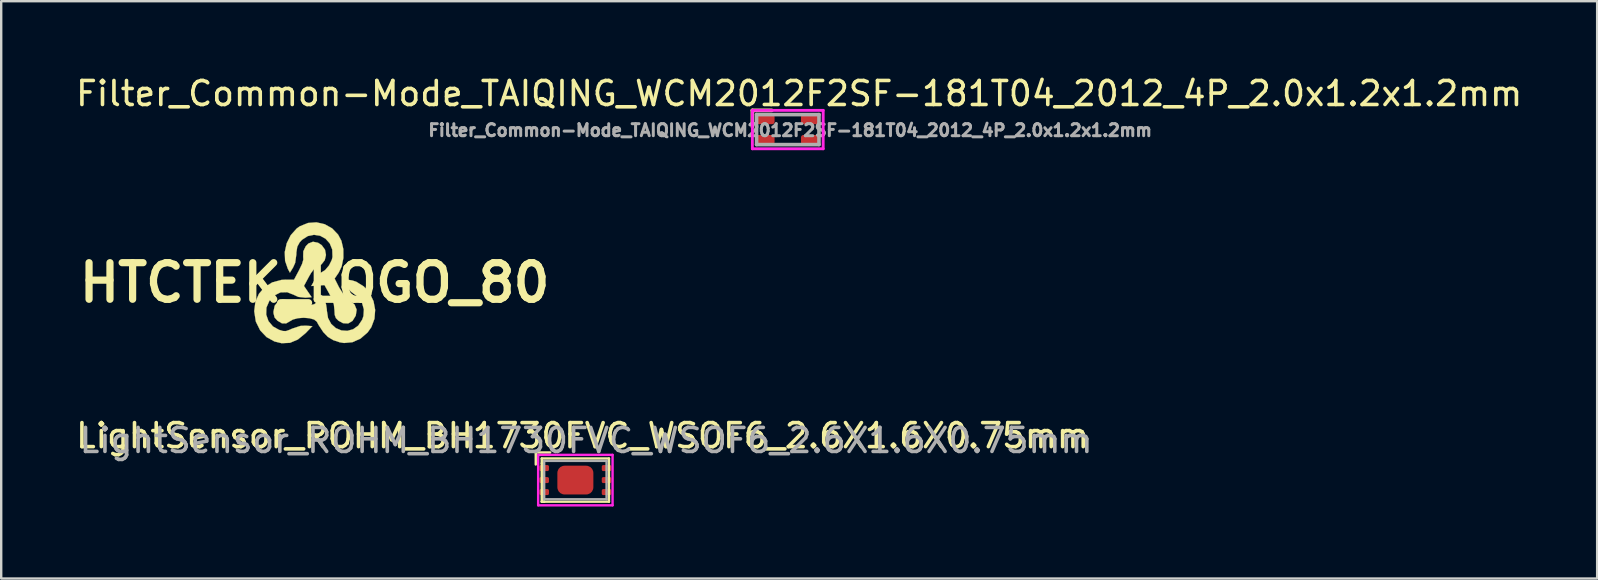
<source format=kicad_pcb>
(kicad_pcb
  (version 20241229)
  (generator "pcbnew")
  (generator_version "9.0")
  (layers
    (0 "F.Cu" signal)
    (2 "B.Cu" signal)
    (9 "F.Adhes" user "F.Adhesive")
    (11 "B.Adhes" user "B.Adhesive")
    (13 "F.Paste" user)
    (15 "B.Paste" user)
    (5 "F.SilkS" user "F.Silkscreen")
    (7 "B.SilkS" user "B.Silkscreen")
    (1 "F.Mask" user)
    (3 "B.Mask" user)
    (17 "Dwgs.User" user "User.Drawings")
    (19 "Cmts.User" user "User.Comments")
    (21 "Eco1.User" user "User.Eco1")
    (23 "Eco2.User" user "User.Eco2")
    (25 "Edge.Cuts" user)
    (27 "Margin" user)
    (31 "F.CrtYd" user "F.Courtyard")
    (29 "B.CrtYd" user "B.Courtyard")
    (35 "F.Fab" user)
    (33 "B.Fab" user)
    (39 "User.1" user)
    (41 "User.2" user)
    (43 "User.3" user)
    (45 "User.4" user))
  (footprint "Filter_Common-Mode_TAIQING_WCM2012F2SF-181T04_2012_4P_2.0x1.2x1.2mm"
    (layer "F.Cu")
    (at 29.769 2.348)
    (property "Reference" "Filter_Common-Mode_TAIQING_WCM2012F2SF-181T04_2012_4P_2.0x1.2x1.2mm" (at 0.475 -1.5 180) (layer "F.SilkS") (effects (font (size 1 1) (thickness 0.15))))
    (attr smd)
    (fp_line (start -1.475 -0.8) (end -0.665 -0.8) (stroke (width 0.15) (type solid)) (layer "F.SilkS"))
    (fp_line (start -1.475 -0.12) (end -1.475 -0.8) (stroke (width 0.15) (type solid)) (layer "F.SilkS"))
    (fp_line (start -1.475 -0.8) (end 1.475 -0.8) (stroke (width 0.12) (type solid)) (layer "F.CrtYd"))
    (fp_line (start -1.475 0.8) (end -1.475 -0.8) (stroke (width 0.12) (type solid)) (layer "F.CrtYd"))
    (fp_line (start 1.475 -0.8) (end 1.475 0.8) (stroke (width 0.12) (type solid)) (layer "F.CrtYd"))
    (fp_line (start 1.475 0.8) (end -1.475 0.8) (stroke (width 0.12) (type solid)) (layer "F.CrtYd"))
    (fp_line (start -1.3 -0.625) (end 1.3 -0.625) (stroke (width 0.15) (type solid)) (layer "F.Fab"))
    (fp_line (start -1.3 0.625) (end -1.3 -0.625) (stroke (width 0.15) (type solid)) (layer "F.Fab"))
    (fp_line (start 1.3 -0.625) (end 1.3 0.625) (stroke (width 0.15) (type solid)) (layer "F.Fab"))
    (fp_line (start 1.3 0.625) (end -1.3 0.625) (stroke (width 0.15) (type solid)) (layer "F.Fab"))
    (fp_text user "${REFERENCE}" (at 0.1 0.03 0) (layer "F.Fab") (effects (font (size 0.5 0.5) (thickness 0.125))))
    (pad "1" smd roundrect (at -0.925 -0.425) (size 0.75 0.4) (layers "F.Cu" "F.Mask" "F.Paste") (roundrect_rratio 0.25))
    (pad "2" smd roundrect (at 0.925 -0.425) (size 0.75 0.4) (layers "F.Cu" "F.Mask" "F.Paste") (roundrect_rratio 0.25))
    (pad "3" smd roundrect (at 0.925 0.425) (size 0.75 0.4) (layers "F.Cu" "F.Mask" "F.Paste") (roundrect_rratio 0.25))
    (pad "4" smd roundrect (at -0.925 0.425) (size 0.75 0.4) (layers "F.Cu" "F.Mask" "F.Paste") (roundrect_rratio 0.25)))
  (footprint "LightSensor_ROHM_BH1730FVC_WSOF6_2.6X1.6X0.75mm"
    (layer "F.Cu")
    (at 20.92 16.951)
    (property "Reference" "LightSensor_ROHM_BH1730FVC_WSOF6_2.6X1.6X0.75mm" (at 0.3 -1.85 0) (layer "F.SilkS") (effects (font (size 1 1) (thickness 0.15))))
    (attr smd)
    (fp_line (start -1.65 -1.15) (end -1.05 -1.15) (stroke (width 0.1) (type solid)) (layer "F.SilkS"))
    (fp_line (start -1.65 -0.65) (end -1.65 -1.15) (stroke (width 0.1) (type solid)) (layer "F.SilkS"))
    (fp_line (start -1.4 -0.9) (end 1.4 -0.9) (stroke (width 0.1) (type solid)) (layer "F.SilkS"))
    (fp_line (start -1.4 -0.7) (end -1.4 -0.9) (stroke (width 0.1) (type solid)) (layer "F.SilkS"))
    (fp_line (start -1.4 0.9) (end -1.4 -0.7) (stroke (width 0.1) (type solid)) (layer "F.SilkS"))
    (fp_line (start -1.4 0.9) (end -1.3 0.9) (stroke (width 0.1) (type solid)) (layer "F.SilkS"))
    (fp_line (start -1.3 0.9) (end -1.4 0.9) (stroke (width 0.1) (type solid)) (layer "F.SilkS"))
    (fp_line (start 1.4 -0.9) (end 1.4 0.9) (stroke (width 0.1) (type solid)) (layer "F.SilkS"))
    (fp_line (start 1.4 0.9) (end -1.3 0.9) (stroke (width 0.1) (type solid)) (layer "F.SilkS"))
    (fp_line (start -1.55 -1.05) (end 1.55 -1.05) (stroke (width 0.1) (type solid)) (layer "F.CrtYd"))
    (fp_line (start -1.55 1.05) (end -1.55 -1.05) (stroke (width 0.1) (type solid)) (layer "F.CrtYd"))
    (fp_line (start 1.55 -1.05) (end 1.55 1.05) (stroke (width 0.1) (type solid)) (layer "F.CrtYd"))
    (fp_line (start 1.55 1.05) (end -1.55 1.05) (stroke (width 0.1) (type solid)) (layer "F.CrtYd"))
    (fp_line (start -1.3 -0.8) (end 1.3 -0.8) (stroke (width 0.1) (type solid)) (layer "F.Fab"))
    (fp_line (start -1.3 0.8) (end -1.3 -0.8) (stroke (width 0.1) (type solid)) (layer "F.Fab"))
    (fp_line (start 1.3 -0.8) (end 1.3 0.8) (stroke (width 0.1) (type solid)) (layer "F.Fab"))
    (fp_line (start 1.3 0.8) (end -1.3 0.8) (stroke (width 0.1) (type solid)) (layer "F.Fab"))
    (fp_text user "${REFERENCE}" (at 0.45 -1.65 0) (layer "F.Fab") (effects (font (size 1 1) (thickness 0.15))))
    (pad "1" smd roundrect (at -1.3 -0.5) (size 0.4 0.25) (layers "F.Cu" "F.Mask" "F.Paste") (roundrect_rratio 0.25))
    (pad "2" smd roundrect (at -1.3 0) (size 0.4 0.25) (layers "F.Cu" "F.Mask" "F.Paste") (roundrect_rratio 0.25))
    (pad "3" smd roundrect (at -1.3 0.5) (size 0.4 0.25) (layers "F.Cu" "F.Mask" "F.Paste") (roundrect_rratio 0.25))
    (pad "4" smd roundrect (at 1.3 0.5) (size 0.4 0.25) (layers "F.Cu" "F.Mask" "F.Paste") (roundrect_rratio 0.25))
    (pad "5" smd roundrect (at 1.3 0) (size 0.4 0.25) (layers "F.Cu" "F.Mask" "F.Paste") (roundrect_rratio 0.25))
    (pad "6" smd roundrect (at 1.3 -0.5) (size 0.4 0.25) (layers "F.Cu" "F.Mask" "F.Paste") (roundrect_rratio 0.25))
    (pad "7" smd roundrect (at 0 0) (size 1.5 1.2) (layers "F.Cu" "F.Mask" "F.Paste") (roundrect_rratio 0.25)))
  (footprint "HTCTEK_LOGO_80"
    (layer "F.Cu")
    (at 10.058 8.728)
    (property "Reference" "HTCTEK_LOGO_80" (at 0 0 0) (layer "F.SilkS") (effects (font (size 1.524 1.524) (thickness 0.3))))
    (attr through_hole)
    (fp_poly (pts (xy 0.144 -1.664) (xy 0.295 -1.564) (xy 0.432 -1.375) (xy 0.472 -1.155) (xy 0.421 -0.94) (xy 0.287 -0.766) (xy 0.106 -0.674) (xy -0.01 -0.59) (xy -0.15 -0.404) (xy -0.238 -0.252) (xy -0.445 0.134) (xy -0.285 0.368) (xy -0.124 0.603) (xy -0.382 0.623) (xy -0.681 0.591) (xy -0.851 0.512) (xy -1.141 0.396) (xy -1.422 0.403) (xy -1.68 0.53) (xy -1.887 0.756) (xy -2.009 1.038) (xy -2.018 1.328) (xy -1.924 1.599) (xy -1.737 1.822) (xy -1.484 1.963) (xy -1.319 2.012) (xy -1.191 2.014) (xy -1.042 1.962) (xy -0.934 1.912) (xy -0.592 1.8) (xy -0.369 1.79) (xy -0.095 1.81) (xy -0.381 2.104) (xy -0.699 2.366) (xy -1.027 2.504) (xy -1.375 2.52) (xy -1.675 2.447) (xy -2.005 2.264) (xy -2.268 1.986) (xy -2.442 1.636) (xy -2.454 1.598) (xy -2.517 1.184) (xy -2.469 0.8) (xy -2.32 0.461) (xy -2.083 0.185) (xy -1.769 -0.012) (xy -1.389 -0.116) (xy -1.202 -0.128) (xy -0.857 -0.128) (xy -0.646 -0.526) (xy -0.524 -0.78) (xy -0.471 -0.962) (xy -0.477 -1.091) (xy -0.472 -1.307) (xy -0.37 -1.52) (xy -0.26 -1.633) (xy -0.068 -1.707) (xy 0.144 -1.664)) (stroke (width 0.01) (type solid)) (fill yes) (layer "F.SilkS"))
    (fp_poly (pts (xy 0.42 -2.437) (xy 0.728 -2.264) (xy 0.977 -2.005) (xy 1.115 -1.746) (xy 1.195 -1.401) (xy 1.197 -1.029) (xy 1.125 -0.677) (xy 1.002 -0.419) (xy 0.833 -0.172) (xy 1.02 0.199) (xy 1.223 0.518) (xy 1.453 0.726) (xy 1.663 0.91) (xy 1.75 1.123) (xy 1.714 1.366) (xy 1.712 1.372) (xy 1.578 1.59) (xy 1.395 1.697) (xy 1.183 1.687) (xy 0.993 1.583) (xy 0.886 1.475) (xy 0.837 1.342) (xy 0.826 1.145) (xy 0.8 0.9) (xy 0.712 0.651) (xy 0.617 0.469) (xy 0.409 0.098) (xy 0.134 0.118) (xy -0.141 0.138) (xy 0.004 -0.121) (xy 0.113 -0.283) (xy 0.218 -0.393) (xy 0.254 -0.413) (xy 0.435 -0.525) (xy 0.599 -0.718) (xy 0.714 -0.949) (xy 0.744 -1.071) (xy 0.734 -1.382) (xy 0.629 -1.639) (xy 0.453 -1.834) (xy 0.227 -1.957) (xy -0.027 -1.996) (xy -0.286 -1.943) (xy -0.527 -1.788) (xy -0.624 -1.682) (xy -0.723 -1.5) (xy -0.761 -1.259) (xy -0.762 -1.182) (xy -0.81 -0.83) (xy -0.896 -0.638) (xy -1.03 -0.419) (xy -1.115 -0.575) (xy -1.231 -0.911) (xy -1.245 -1.278) (xy -1.163 -1.645) (xy -0.996 -1.98) (xy -0.751 -2.255) (xy -0.617 -2.351) (xy -0.278 -2.489) (xy 0.076 -2.515) (xy 0.42 -2.437)) (stroke (width 0.01) (type solid)) (fill yes) (layer "F.SilkS"))
    (fp_poly (pts (xy 1.571 -0.093) (xy 1.732 -0.041) (xy 2.053 0.159) (xy 2.295 0.437) (xy 2.453 0.77) (xy 2.521 1.132) (xy 2.493 1.5) (xy 2.364 1.848) (xy 2.21 2.068) (xy 1.911 2.328) (xy 1.576 2.478) (xy 1.224 2.511) (xy 1.048 2.483) (xy 0.773 2.391) (xy 0.553 2.258) (xy 0.362 2.061) (xy 0.174 1.775) (xy 0.087 1.619) (xy -0.024 1.532) (xy -0.218 1.479) (xy -0.455 1.46) (xy -0.697 1.478) (xy -0.904 1.533) (xy -0.995 1.585) (xy -1.188 1.695) (xy -1.364 1.691) (xy -1.547 1.583) (xy -1.668 1.449) (xy -1.712 1.274) (xy -1.715 1.204) (xy -1.664 0.958) (xy -1.53 0.788) (xy -1.339 0.706) (xy -1.118 0.726) (xy -0.931 0.829) (xy -0.808 0.904) (xy -0.657 0.939) (xy -0.436 0.943) (xy -0.367 0.94) (xy -0.147 0.925) (xy -0.018 0.897) (xy 0.057 0.839) (xy 0.114 0.733) (xy 0.123 0.714) (xy 0.196 0.578) (xy 0.257 0.51) (xy 0.264 0.508) (xy 0.339 0.565) (xy 0.415 0.709) (xy 0.475 0.902) (xy 0.507 1.106) (xy 0.508 1.156) (xy 0.558 1.472) (xy 0.69 1.718) (xy 0.883 1.891) (xy 1.115 1.988) (xy 1.362 2.005) (xy 1.604 1.939) (xy 1.817 1.786) (xy 1.98 1.543) (xy 2.034 1.388) (xy 2.051 1.112) (xy 1.973 0.837) (xy 1.817 0.603) (xy 1.654 0.478) (xy 1.51 0.371) (xy 1.365 0.214) (xy 1.253 0.05) (xy 1.207 -0.078) (xy 1.207 -0.079) (xy 1.26 -0.12) (xy 1.395 -0.123) (xy 1.571 -0.093)) (stroke (width 0.01) (type solid)) (fill yes) (layer "F.SilkS")))
  (gr_rect
    (start -3 -3)
    (end 63.488 21.051)
    (stroke (width 0.1) (type default))
    (fill no)
    (layer "Edge.Cuts")))
</source>
